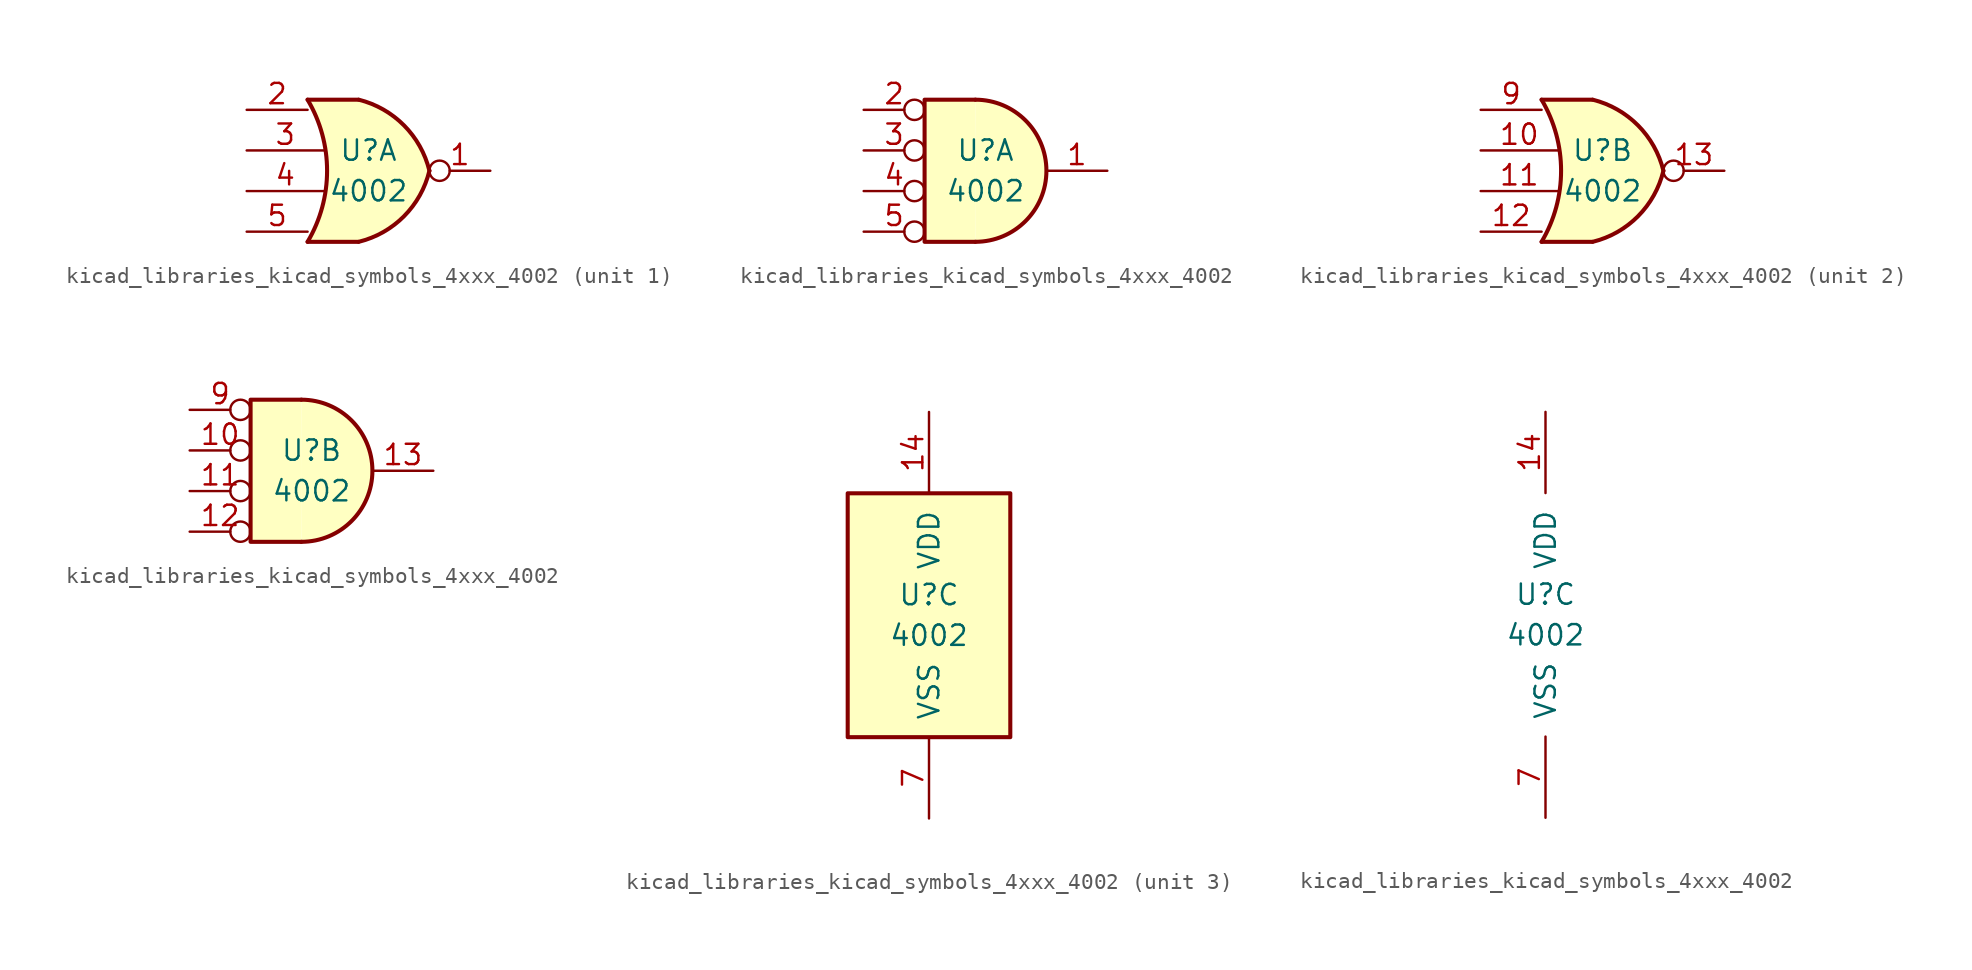
<source format=kicad_sym>
(kicad_symbol_lib
  (version 20220914)
  (generator kicad_symbol_editor)
  (symbol "kicad_libraries_kicad_symbols_4xxx_4002"
    (pin_names
      (offset 1.016))
    (property "Reference" "U"
      (at 0 1.27 0)
      (effects (font (size 1.27 1.27))))
    (property "Value" "4002"
      (at 0 -1.27 0)
      (effects (font (size 1.27 1.27))))
    (property "ki_locked" ""
      (at 0 0 0)
      (effects (font (size 1.27 1.27))))
    (symbol "kicad_libraries_kicad_symbols_4xxx_4002_1_1"
      (arc (start -3.81 -4.445) (mid -2.5908 0) (end -3.81 4.445) (stroke (width 0.254) (type default)) (fill (type none)))
      (arc (start -0.6096 -4.445) (mid 2.2246 -2.8422) (end 3.81 0) (stroke (width 0.254) (type default)) (fill (type background)))
      (polyline (pts (xy -3.81 -4.445) (xy -0.635 -4.445)) (stroke (width 0.254) (type default)) (fill (type background)))
      (polyline (pts (xy -3.81 4.445) (xy -0.635 4.445)) (stroke (width 0.254) (type default)) (fill (type background)))
      (polyline (pts (xy -0.635 4.445) (xy -3.81 4.445) (xy -3.81 4.445) (xy -3.632 4.089) (xy -3.099 2.921) (xy -2.769 1.676) (xy -2.616 0.432) (xy -2.642 -0.864) (xy -2.87 -2.108) (xy -3.251 -3.327) (xy -3.81 -4.445) (xy -3.81 -4.445) (xy -0.635 -4.445)) (stroke (width -25.4) (type default)) (fill (type background)))
      (arc (start 3.81 0) (mid 2.2204 2.8379) (end -0.6096 4.445) (stroke (width 0.254) (type default)) (fill (type background)))
      (pin output inverted (at 7.62 0 180) (length 3.81) (name "~" (effects (font (size 1.27 1.27)))) (number "1" (effects (font (size 1.27 1.27)))))
      (pin input line (at -7.62 3.81 0) (length 3.81) (name "~" (effects (font (size 1.27 1.27)))) (number "2" (effects (font (size 1.27 1.27)))))
      (pin input line (at -7.62 1.27 0) (length 4.826) (name "~" (effects (font (size 1.27 1.27)))) (number "3" (effects (font (size 1.27 1.27)))))
      (pin input line (at -7.62 -1.27 0) (length 4.826) (name "~" (effects (font (size 1.27 1.27)))) (number "4" (effects (font (size 1.27 1.27)))))
      (pin input line (at -7.62 -3.81 0) (length 3.81) (name "~" (effects (font (size 1.27 1.27)))) (number "5" (effects (font (size 1.27 1.27))))))
    (symbol "kicad_libraries_kicad_symbols_4xxx_4002_1_2"
      (arc (start -0.635 -4.445) (mid 3.7907 0) (end -0.635 4.445) (stroke (width 0.254) (type default)) (fill (type background)))
      (polyline (pts (xy -0.635 4.445) (xy -3.81 4.445) (xy -3.81 -4.445) (xy -0.635 -4.445)) (stroke (width 0.254) (type default)) (fill (type background)))
      (pin output line (at 7.62 0 180) (length 3.81) (name "~" (effects (font (size 1.27 1.27)))) (number "1" (effects (font (size 1.27 1.27)))))
      (pin input inverted (at -7.62 3.81 0) (length 3.81) (name "~" (effects (font (size 1.27 1.27)))) (number "2" (effects (font (size 1.27 1.27)))))
      (pin input inverted (at -7.62 1.27 0) (length 3.81) (name "~" (effects (font (size 1.27 1.27)))) (number "3" (effects (font (size 1.27 1.27)))))
      (pin input inverted (at -7.62 -1.27 0) (length 3.81) (name "~" (effects (font (size 1.27 1.27)))) (number "4" (effects (font (size 1.27 1.27)))))
      (pin input inverted (at -7.62 -3.81 0) (length 3.81) (name "~" (effects (font (size 1.27 1.27)))) (number "5" (effects (font (size 1.27 1.27))))))
    (symbol "kicad_libraries_kicad_symbols_4xxx_4002_2_1"
      (arc (start -3.81 -4.445) (mid -2.5908 0) (end -3.81 4.445) (stroke (width 0.254) (type default)) (fill (type none)))
      (arc (start -0.6096 -4.445) (mid 2.2246 -2.8422) (end 3.81 0) (stroke (width 0.254) (type default)) (fill (type background)))
      (polyline (pts (xy -3.81 -4.445) (xy -0.635 -4.445)) (stroke (width 0.254) (type default)) (fill (type background)))
      (polyline (pts (xy -3.81 4.445) (xy -0.635 4.445)) (stroke (width 0.254) (type default)) (fill (type background)))
      (polyline (pts (xy -0.635 4.445) (xy -3.81 4.445) (xy -3.81 4.445) (xy -3.632 4.089) (xy -3.099 2.921) (xy -2.769 1.676) (xy -2.616 0.432) (xy -2.642 -0.864) (xy -2.87 -2.108) (xy -3.251 -3.327) (xy -3.81 -4.445) (xy -3.81 -4.445) (xy -0.635 -4.445)) (stroke (width -25.4) (type default)) (fill (type background)))
      (arc (start 3.81 0) (mid 2.2204 2.8379) (end -0.6096 4.445) (stroke (width 0.254) (type default)) (fill (type background)))
      (pin input line (at -7.62 1.27 0) (length 4.826) (name "~" (effects (font (size 1.27 1.27)))) (number "10" (effects (font (size 1.27 1.27)))))
      (pin input line (at -7.62 -1.27 0) (length 4.826) (name "~" (effects (font (size 1.27 1.27)))) (number "11" (effects (font (size 1.27 1.27)))))
      (pin input line (at -7.62 -3.81 0) (length 3.81) (name "~" (effects (font (size 1.27 1.27)))) (number "12" (effects (font (size 1.27 1.27)))))
      (pin output inverted (at 7.62 0 180) (length 3.81) (name "~" (effects (font (size 1.27 1.27)))) (number "13" (effects (font (size 1.27 1.27)))))
      (pin input line (at -7.62 3.81 0) (length 3.81) (name "~" (effects (font (size 1.27 1.27)))) (number "9" (effects (font (size 1.27 1.27))))))
    (symbol "kicad_libraries_kicad_symbols_4xxx_4002_2_2"
      (arc (start -0.635 -4.445) (mid 3.7907 0) (end -0.635 4.445) (stroke (width 0.254) (type default)) (fill (type background)))
      (polyline (pts (xy -0.635 4.445) (xy -3.81 4.445) (xy -3.81 -4.445) (xy -0.635 -4.445)) (stroke (width 0.254) (type default)) (fill (type background)))
      (pin input inverted (at -7.62 1.27 0) (length 3.81) (name "~" (effects (font (size 1.27 1.27)))) (number "10" (effects (font (size 1.27 1.27)))))
      (pin input inverted (at -7.62 -1.27 0) (length 3.81) (name "~" (effects (font (size 1.27 1.27)))) (number "11" (effects (font (size 1.27 1.27)))))
      (pin input inverted (at -7.62 -3.81 0) (length 3.81) (name "~" (effects (font (size 1.27 1.27)))) (number "12" (effects (font (size 1.27 1.27)))))
      (pin output line (at 7.62 0 180) (length 3.81) (name "~" (effects (font (size 1.27 1.27)))) (number "13" (effects (font (size 1.27 1.27)))))
      (pin input inverted (at -7.62 3.81 0) (length 3.81) (name "~" (effects (font (size 1.27 1.27)))) (number "9" (effects (font (size 1.27 1.27))))))
    (symbol "kicad_libraries_kicad_symbols_4xxx_4002_3_0"
      (pin power_in line (at 0 12.7 270) (length 5.08) (name "VDD" (effects (font (size 1.27 1.27)))) (number "14" (effects (font (size 1.27 1.27)))))
      (pin power_in line (at 0 -12.7 90) (length 5.08) (name "VSS" (effects (font (size 1.27 1.27)))) (number "7" (effects (font (size 1.27 1.27))))))
    (symbol "kicad_libraries_kicad_symbols_4xxx_4002_3_1"
      (rectangle (start -5.08 7.62) (end 5.08 -7.62) (stroke (width 0.254) (type default)) (fill (type background))))))
</source>
